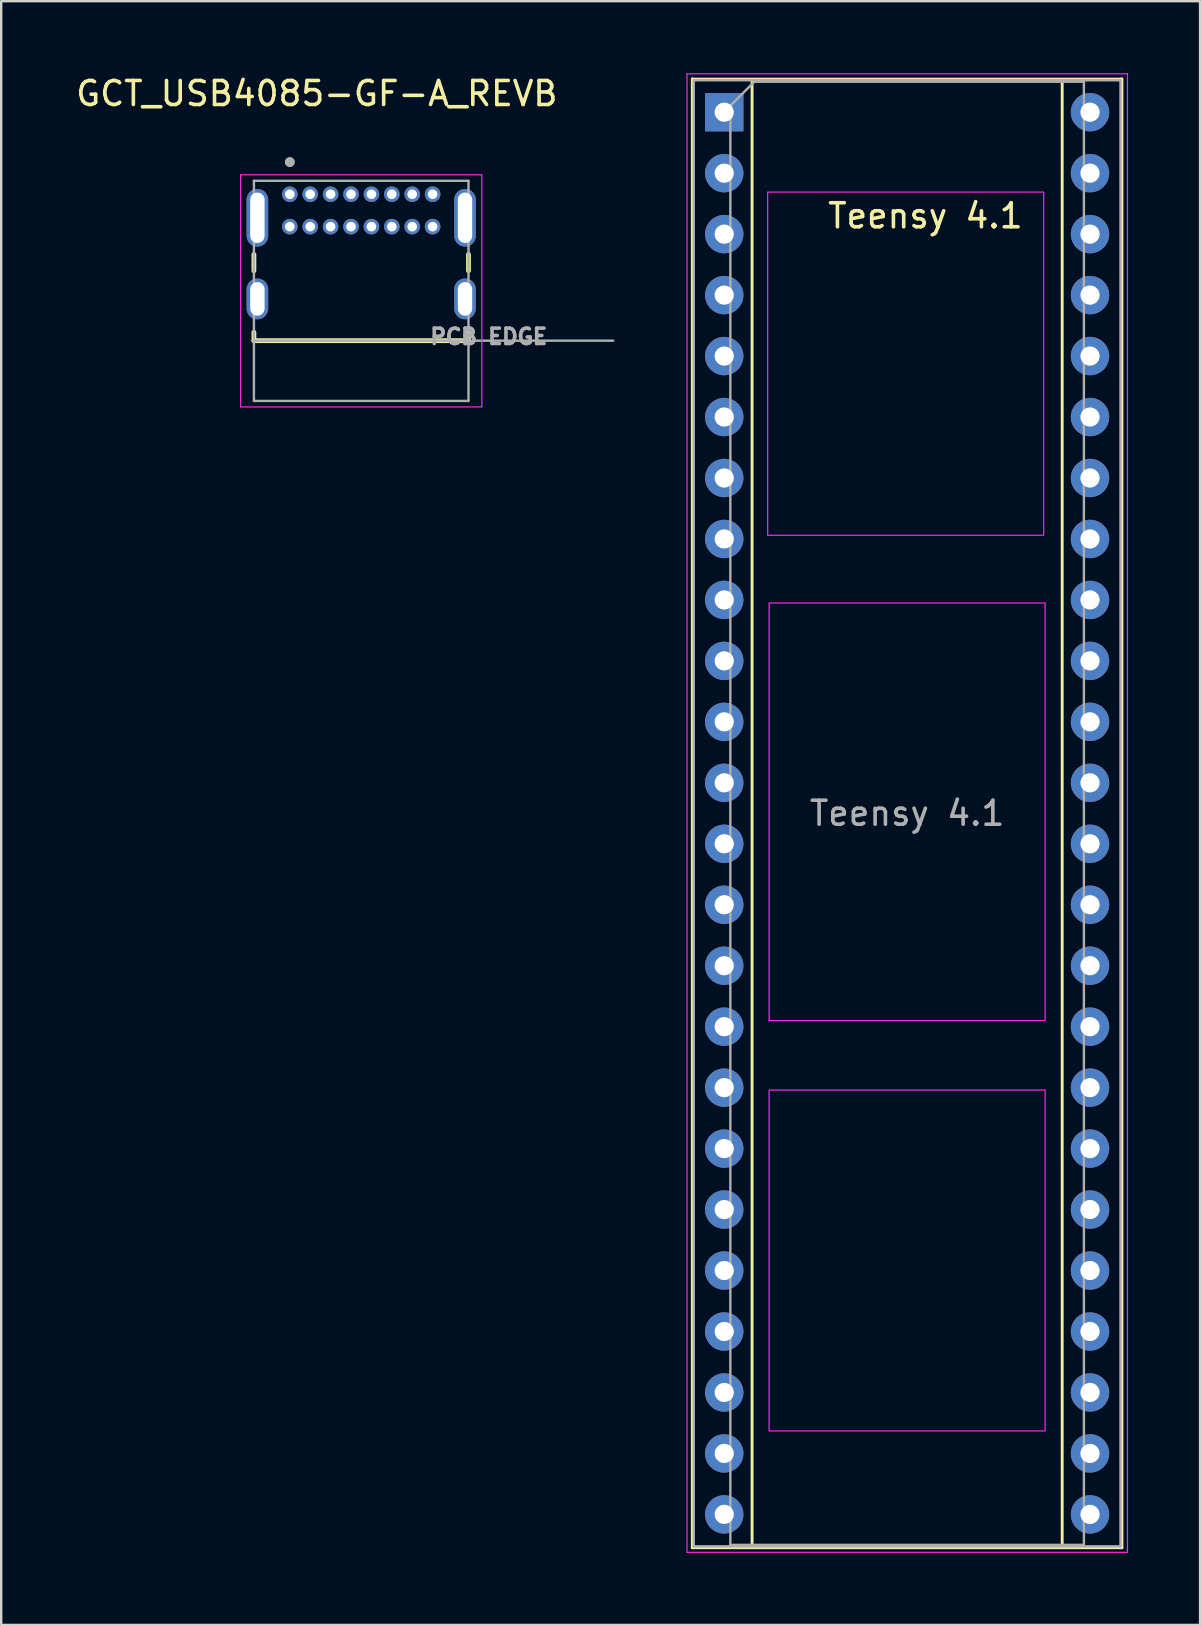
<source format=kicad_pcb>
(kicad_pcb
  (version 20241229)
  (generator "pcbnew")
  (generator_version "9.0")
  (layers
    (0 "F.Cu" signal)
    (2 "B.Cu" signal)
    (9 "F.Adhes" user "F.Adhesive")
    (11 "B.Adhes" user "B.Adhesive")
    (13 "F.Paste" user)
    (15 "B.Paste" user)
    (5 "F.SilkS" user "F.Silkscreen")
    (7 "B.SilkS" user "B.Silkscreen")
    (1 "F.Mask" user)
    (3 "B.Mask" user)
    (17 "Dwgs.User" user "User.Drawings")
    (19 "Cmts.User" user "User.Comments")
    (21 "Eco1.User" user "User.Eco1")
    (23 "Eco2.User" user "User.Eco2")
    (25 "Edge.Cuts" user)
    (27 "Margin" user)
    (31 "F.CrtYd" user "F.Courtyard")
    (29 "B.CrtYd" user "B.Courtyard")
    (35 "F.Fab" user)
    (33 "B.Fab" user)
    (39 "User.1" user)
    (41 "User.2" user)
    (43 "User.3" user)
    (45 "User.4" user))
  (footprint "GCT_USB4085-GF-A_REVB"
    (layer "F.Cu")
    (at 11.999 9.403)
    (property "Reference" "GCT_USB4085-GF-A_REVB" (at -1.85 -8.555 0) (layer "F.SilkS") (effects (font (size 1 1) (thickness 0.15))))
    (attr through_hole allow_soldermask_bridges)
    (fp_line (start -4.47 -1.85) (end -4.47 -1.17) (stroke (width 0.2) (type solid)) (layer "F.SilkS"))
    (fp_line (start -4.47 1.39) (end -4.47 1.74) (stroke (width 0.2) (type solid)) (layer "F.SilkS"))
    (fp_line (start -4.47 1.74) (end 4.47 1.74) (stroke (width 0.2) (type solid)) (layer "F.SilkS"))
    (fp_line (start 4.47 -1.85) (end 4.47 -1.17) (stroke (width 0.2) (type solid)) (layer "F.SilkS"))
    (fp_line (start 4.47 1.74) (end 4.47 1.39) (stroke (width 0.2) (type solid)) (layer "F.SilkS"))
    (fp_circle (center -2.975 -5.7) (end -2.875 -5.7) (stroke (width 0.2) (type solid)) (fill no) (layer "F.SilkS"))
    (fp_line (start -5.025 -5.17) (end 5.025 -5.17) (stroke (width 0.05) (type solid)) (layer "F.CrtYd"))
    (fp_line (start -5.025 4.5) (end -5.025 -5.17) (stroke (width 0.05) (type solid)) (layer "F.CrtYd"))
    (fp_line (start 5.025 -5.17) (end 5.025 4.5) (stroke (width 0.05) (type solid)) (layer "F.CrtYd"))
    (fp_line (start 5.025 4.5) (end -5.025 4.5) (stroke (width 0.05) (type solid)) (layer "F.CrtYd"))
    (fp_line (start -4.47 -4.92) (end 4.47 -4.92) (stroke (width 0.1) (type solid)) (layer "F.Fab"))
    (fp_line (start -4.47 1.74) (end -4.47 -4.92) (stroke (width 0.1) (type solid)) (layer "F.Fab"))
    (fp_line (start -4.47 1.74) (end 10.5 1.74) (stroke (width 0.1) (type solid)) (layer "F.Fab"))
    (fp_line (start -4.47 4.25) (end -4.47 1.74) (stroke (width 0.1) (type solid)) (layer "F.Fab"))
    (fp_line (start 4.47 -4.92) (end 4.47 4.25) (stroke (width 0.1) (type solid)) (layer "F.Fab"))
    (fp_line (start 4.47 4.25) (end -4.47 4.25) (stroke (width 0.1) (type solid)) (layer "F.Fab"))
    (fp_circle (center -2.975 -5.7) (end -2.875 -5.7) (stroke (width 0.2) (type solid)) (fill no) (layer "F.Fab"))
    (fp_text user "PCB EDGE" (at 5.315 1.57 0) (layer "F.Fab") (effects (font (size 0.64 0.64) (thickness 0.15))))
    (pad "A1" thru_hole circle (at -2.975 -4.36) (size 0.65 0.65) (drill 0.4) (layers "*.Cu" "*.Mask"))
    (pad "A4" thru_hole circle (at -2.125 -4.36) (size 0.65 0.65) (drill 0.4) (layers "*.Cu" "*.Mask"))
    (pad "A5" thru_hole circle (at -1.275 -4.36) (size 0.65 0.65) (drill 0.4) (layers "*.Cu" "*.Mask"))
    (pad "A6" thru_hole circle (at -0.425 -4.36) (size 0.65 0.65) (drill 0.4) (layers "*.Cu" "*.Mask"))
    (pad "A7" thru_hole circle (at 0.425 -4.36) (size 0.65 0.65) (drill 0.4) (layers "*.Cu" "*.Mask"))
    (pad "A8" thru_hole circle (at 1.275 -4.36) (size 0.65 0.65) (drill 0.4) (layers "*.Cu" "*.Mask"))
    (pad "A9" thru_hole circle (at 2.125 -4.36) (size 0.65 0.65) (drill 0.4) (layers "*.Cu" "*.Mask"))
    (pad "A12" thru_hole circle (at 2.975 -4.36) (size 0.65 0.65) (drill 0.4) (layers "*.Cu" "*.Mask"))
    (pad "B1" thru_hole circle (at 2.975 -3.01) (size 0.65 0.65) (drill 0.4) (layers "*.Cu" "*.Mask"))
    (pad "B4" thru_hole circle (at 2.125 -3.01) (size 0.65 0.65) (drill 0.4) (layers "*.Cu" "*.Mask"))
    (pad "B5" thru_hole circle (at 1.275 -3.01) (size 0.65 0.65) (drill 0.4) (layers "*.Cu" "*.Mask"))
    (pad "B6" thru_hole circle (at 0.425 -3.01) (size 0.65 0.65) (drill 0.4) (layers "*.Cu" "*.Mask"))
    (pad "B7" thru_hole circle (at -0.425 -3.01) (size 0.65 0.65) (drill 0.4) (layers "*.Cu" "*.Mask"))
    (pad "B8" thru_hole circle (at -1.275 -3.01) (size 0.65 0.65) (drill 0.4) (layers "*.Cu" "*.Mask"))
    (pad "B9" thru_hole circle (at -2.125 -3.01) (size 0.65 0.65) (drill 0.4) (layers "*.Cu" "*.Mask"))
    (pad "B12" thru_hole circle (at -2.975 -3.01) (size 0.65 0.65) (drill 0.4) (layers "*.Cu" "*.Mask"))
    (pad "S1" thru_hole oval (at -4.325 0) (size 0.9 1.7) (drill oval 0.6 1.4) (layers "*.Cu" "*.Mask"))
    (pad "S2" thru_hole oval (at 4.325 0) (size 0.9 1.7) (drill oval 0.6 1.4) (layers "*.Cu" "*.Mask"))
    (pad "S3" thru_hole oval (at -4.325 -3.38) (size 0.9 2.4) (drill oval 0.6 2.1) (layers "*.Cu" "*.Mask"))
    (pad "S4" thru_hole oval (at 4.325 -3.38) (size 0.9 2.4) (drill oval 0.6 2.1) (layers "*.Cu" "*.Mask")))
  (footprint "Teensy 4.1"
    (layer "F.Cu")
    (at 27.124 1.625)
    (property "Reference" "Teensy 4.1" (at 8.382 4.318 0) (layer "F.SilkS") (effects (font (size 1 1) (thickness 0.15))))
    (attr through_hole)
    (fp_line (start -1.33 -1.39) (end -1.33 59.81) (stroke (width 0.12) (type solid)) (layer "F.SilkS"))
    (fp_line (start -1.33 59.81) (end 16.57 59.81) (stroke (width 0.12) (type solid)) (layer "F.SilkS"))
    (fp_line (start 1.16 -1.33) (end 1.16 59.75) (stroke (width 0.12) (type solid)) (layer "F.SilkS"))
    (fp_line (start 1.16 59.75) (end 14.08 59.75) (stroke (width 0.12) (type solid)) (layer "F.SilkS"))
    (fp_line (start 14.08 59.75) (end 14.08 -1.33) (stroke (width 0.12) (type solid)) (layer "F.SilkS"))
    (fp_line (start 16.57 -1.39) (end -1.33 -1.39) (stroke (width 0.1) (type default)) (layer "F.SilkS"))
    (fp_line (start 16.57 59.81) (end 16.57 -1.39) (stroke (width 0.12) (type solid)) (layer "F.SilkS"))
    (fp_line (start -1.55 -1.6) (end -1.55 60) (stroke (width 0.05) (type solid)) (layer "F.CrtYd"))
    (fp_line (start -1.55 60) (end 16.8 60) (stroke (width 0.05) (type solid)) (layer "F.CrtYd"))
    (fp_line (start 16.8 -1.6) (end -1.55 -1.6) (stroke (width 0.05) (type solid)) (layer "F.CrtYd"))
    (fp_line (start 16.8 60) (end 16.8 -1.6) (stroke (width 0.05) (type solid)) (layer "F.CrtYd"))
    (fp_rect (start 1.81 17.627) (end 13.31 3.327) (stroke (width 0.05) (type default)) (fill no) (layer "F.CrtYd"))
    (fp_rect (start 1.87 37.847) (end 13.37 20.447) (stroke (width 0.05) (type default)) (fill no) (layer "F.CrtYd"))
    (fp_rect (start 1.87 54.942) (end 13.37 40.742) (stroke (width 0.05) (type default)) (fill no) (layer "F.CrtYd"))
    (fp_line (start -1.27 -1.33) (end -1.27 59.75) (stroke (width 0.1) (type solid)) (layer "F.Fab"))
    (fp_line (start -1.27 59.75) (end 16.51 59.75) (stroke (width 0.1) (type solid)) (layer "F.Fab"))
    (fp_line (start 0.255 -0.27) (end 1.255 -1.27) (stroke (width 0.1) (type solid)) (layer "F.Fab"))
    (fp_line (start 0.255 59.69) (end 0.255 -0.27) (stroke (width 0.1) (type solid)) (layer "F.Fab"))
    (fp_line (start 1.255 -1.27) (end 14.985 -1.27) (stroke (width 0.1) (type solid)) (layer "F.Fab"))
    (fp_line (start 14.985 -1.27) (end 14.985 59.69) (stroke (width 0.1) (type solid)) (layer "F.Fab"))
    (fp_line (start 14.985 59.69) (end 0.255 59.69) (stroke (width 0.1) (type solid)) (layer "F.Fab"))
    (fp_line (start 16.51 -1.33) (end -1.27 -1.33) (stroke (width 0.1) (type solid)) (layer "F.Fab"))
    (fp_line (start 16.51 59.75) (end 16.51 -1.33) (stroke (width 0.1) (type solid)) (layer "F.Fab"))
    (fp_text user "${REFERENCE}" (at 7.62 29.21 0) (layer "F.Fab") (effects (font (size 1 1) (thickness 0.15))))
    (pad "1" thru_hole rect (at 0 0) (size 1.6 1.6) (drill 0.8) (layers "*.Cu" "*.Mask"))
    (pad "2" thru_hole oval (at 0 2.54) (size 1.6 1.6) (drill 0.8) (layers "*.Cu" "*.Mask"))
    (pad "3" thru_hole oval (at 0 5.08) (size 1.6 1.6) (drill 0.8) (layers "*.Cu" "*.Mask"))
    (pad "4" thru_hole oval (at 0 7.62) (size 1.6 1.6) (drill 0.8) (layers "*.Cu" "*.Mask"))
    (pad "5" thru_hole oval (at 0 10.16) (size 1.6 1.6) (drill 0.8) (layers "*.Cu" "*.Mask"))
    (pad "6" thru_hole oval (at 0 12.7) (size 1.6 1.6) (drill 0.8) (layers "*.Cu" "*.Mask"))
    (pad "7" thru_hole oval (at 0 15.24) (size 1.6 1.6) (drill 0.8) (layers "*.Cu" "*.Mask"))
    (pad "8" thru_hole oval (at 0 17.78) (size 1.6 1.6) (drill 0.8) (layers "*.Cu" "*.Mask"))
    (pad "9" thru_hole oval (at 0 20.32) (size 1.6 1.6) (drill 0.8) (layers "*.Cu" "*.Mask"))
    (pad "10" thru_hole oval (at 0 22.86) (size 1.6 1.6) (drill 0.8) (layers "*.Cu" "*.Mask"))
    (pad "11" thru_hole oval (at 0 25.4) (size 1.6 1.6) (drill 0.8) (layers "*.Cu" "*.Mask"))
    (pad "12" thru_hole oval (at 0 27.94) (size 1.6 1.6) (drill 0.8) (layers "*.Cu" "*.Mask"))
    (pad "13" thru_hole oval (at 0 30.48) (size 1.6 1.6) (drill 0.8) (layers "*.Cu" "*.Mask"))
    (pad "14" thru_hole oval (at 0 33.02) (size 1.6 1.6) (drill 0.8) (layers "*.Cu" "*.Mask"))
    (pad "15" thru_hole oval (at 0 35.56) (size 1.6 1.6) (drill 0.8) (layers "*.Cu" "*.Mask"))
    (pad "16" thru_hole oval (at 0 38.1) (size 1.6 1.6) (drill 0.8) (layers "*.Cu" "*.Mask"))
    (pad "17" thru_hole oval (at 0 40.64) (size 1.6 1.6) (drill 0.8) (layers "*.Cu" "*.Mask"))
    (pad "18" thru_hole oval (at 0 43.18) (size 1.6 1.6) (drill 0.8) (layers "*.Cu" "*.Mask"))
    (pad "19" thru_hole oval (at 0 45.72) (size 1.6 1.6) (drill 0.8) (layers "*.Cu" "*.Mask"))
    (pad "20" thru_hole oval (at 0 48.26) (size 1.6 1.6) (drill 0.8) (layers "*.Cu" "*.Mask"))
    (pad "21" thru_hole oval (at 0 50.8) (size 1.6 1.6) (drill 0.8) (layers "*.Cu" "*.Mask"))
    (pad "22" thru_hole oval (at 0 53.34) (size 1.6 1.6) (drill 0.8) (layers "*.Cu" "*.Mask"))
    (pad "23" thru_hole oval (at 0 55.88) (size 1.6 1.6) (drill 0.8) (layers "*.Cu" "*.Mask"))
    (pad "24" thru_hole oval (at 0 58.42) (size 1.6 1.6) (drill 0.8) (layers "*.Cu" "*.Mask"))
    (pad "25" thru_hole oval (at 15.24 58.42) (size 1.6 1.6) (drill 0.8) (layers "*.Cu" "*.Mask"))
    (pad "26" thru_hole oval (at 15.24 55.88) (size 1.6 1.6) (drill 0.8) (layers "*.Cu" "*.Mask"))
    (pad "27" thru_hole oval (at 15.24 53.34) (size 1.6 1.6) (drill 0.8) (layers "*.Cu" "*.Mask"))
    (pad "28" thru_hole oval (at 15.24 50.8) (size 1.6 1.6) (drill 0.8) (layers "*.Cu" "*.Mask"))
    (pad "29" thru_hole oval (at 15.24 48.26) (size 1.6 1.6) (drill 0.8) (layers "*.Cu" "*.Mask"))
    (pad "30" thru_hole oval (at 15.24 45.72) (size 1.6 1.6) (drill 0.8) (layers "*.Cu" "*.Mask"))
    (pad "31" thru_hole oval (at 15.24 43.18) (size 1.6 1.6) (drill 0.8) (layers "*.Cu" "*.Mask"))
    (pad "32" thru_hole oval (at 15.24 40.64) (size 1.6 1.6) (drill 0.8) (layers "*.Cu" "*.Mask"))
    (pad "33" thru_hole oval (at 15.24 38.1) (size 1.6 1.6) (drill 0.8) (layers "*.Cu" "*.Mask"))
    (pad "34" thru_hole oval (at 15.24 35.56) (size 1.6 1.6) (drill 0.8) (layers "*.Cu" "*.Mask"))
    (pad "35" thru_hole oval (at 15.24 33.02) (size 1.6 1.6) (drill 0.8) (layers "*.Cu" "*.Mask"))
    (pad "36" thru_hole oval (at 15.24 30.48) (size 1.6 1.6) (drill 0.8) (layers "*.Cu" "*.Mask"))
    (pad "37" thru_hole oval (at 15.24 27.94) (size 1.6 1.6) (drill 0.8) (layers "*.Cu" "*.Mask"))
    (pad "38" thru_hole oval (at 15.24 25.4) (size 1.6 1.6) (drill 0.8) (layers "*.Cu" "*.Mask"))
    (pad "39" thru_hole oval (at 15.24 22.86) (size 1.6 1.6) (drill 0.8) (layers "*.Cu" "*.Mask"))
    (pad "40" thru_hole oval (at 15.24 20.32) (size 1.6 1.6) (drill 0.8) (layers "*.Cu" "*.Mask"))
    (pad "41" thru_hole oval (at 15.24 17.78) (size 1.6 1.6) (drill 0.8) (layers "*.Cu" "*.Mask"))
    (pad "42" thru_hole oval (at 15.24 15.24) (size 1.6 1.6) (drill 0.8) (layers "*.Cu" "*.Mask"))
    (pad "43" thru_hole oval (at 15.24 12.7) (size 1.6 1.6) (drill 0.8) (layers "*.Cu" "*.Mask"))
    (pad "44" thru_hole oval (at 15.24 10.16) (size 1.6 1.6) (drill 0.8) (layers "*.Cu" "*.Mask"))
    (pad "45" thru_hole oval (at 15.24 7.62) (size 1.6 1.6) (drill 0.8) (layers "*.Cu" "*.Mask"))
    (pad "46" thru_hole oval (at 15.24 5.08) (size 1.6 1.6) (drill 0.8) (layers "*.Cu" "*.Mask"))
    (pad "47" thru_hole oval (at 15.24 2.54) (size 1.6 1.6) (drill 0.8) (layers "*.Cu" "*.Mask"))
    (pad "48" thru_hole oval (at 15.24 0) (size 1.6 1.6) (drill 0.8) (layers "*.Cu" "*.Mask")))
  (gr_rect
    (start -3 -3)
    (end 46.949 64.65)
    (stroke (width 0.1) (type default))
    (fill no)
    (layer "Edge.Cuts")))
</source>
